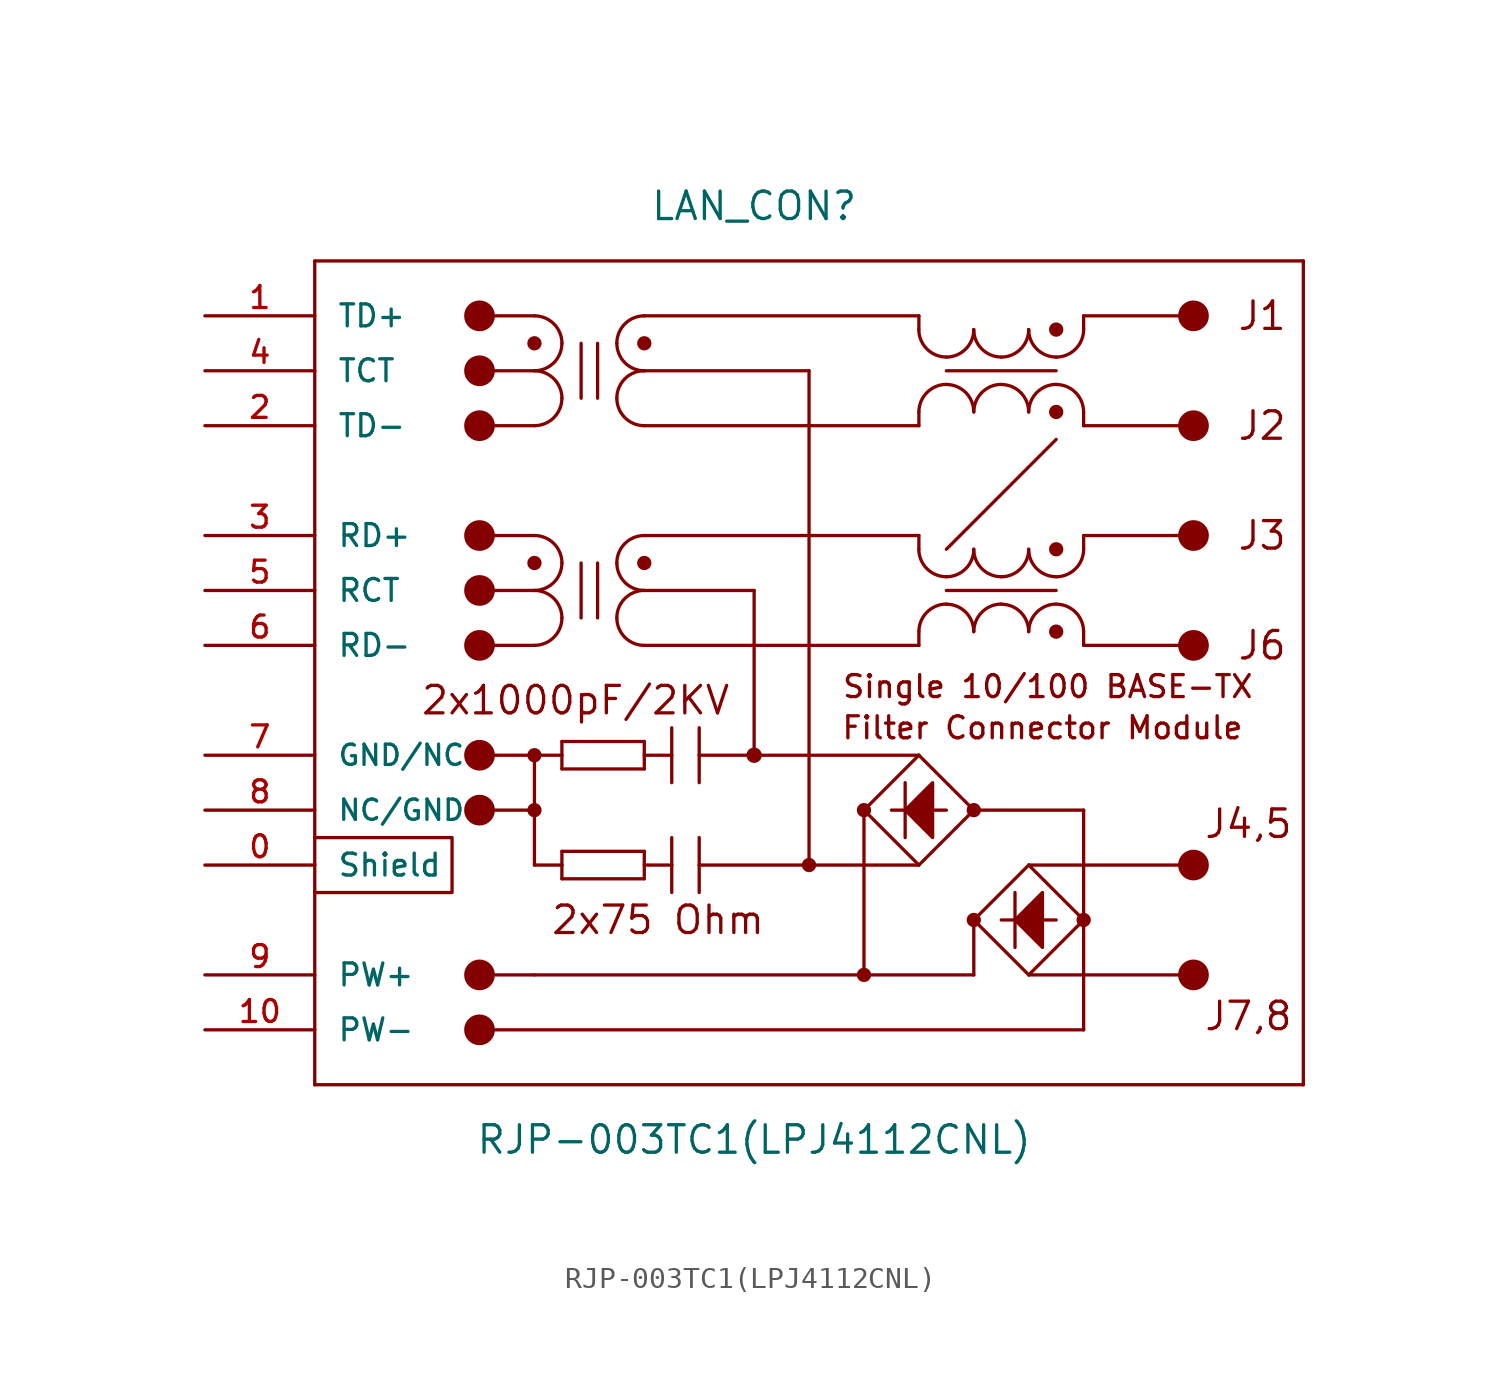
<source format=kicad_sym>
(kicad_symbol_lib
  (version 20211014)
  (generator kicad_symbol_editor)
  (symbol "RJP-003TC1(LPJ4112CNL)"
    (pin_names
      (offset 1.016))
    (property "Reference" "LAN_CON"
      (at 0 22.86 0)
      (effects (font (size 1.27 1.27))))
    (property "Value" "RJP-003TC1(LPJ4112CNL)"
      (at 0 -20.32 0)
      (effects (font (size 1.27 1.27))))
    (symbol "RJP-003TC1(LPJ4112CNL)_0_0"
      (text "Filter Connector Module" (at 13.335 -1.27 0) (effects (font (size 1.016 1.016))))
      (text "Single 10/100 BASE-TX " (at 13.97 0.635 0) (effects (font (size 1.016 1.016)))))
    (symbol "RJP-003TC1(LPJ4112CNL)_0_1"
      (polyline (pts (xy -20.32 -6.35) (xy -13.97 -6.35) (xy -13.97 -8.89) (xy -20.32 -8.89)) (stroke (width 0) (type default) (color 0 0 0 0)) (fill (type none))))
    (symbol "RJP-003TC1(LPJ4112CNL)_1_0"
      (polyline (pts (xy -20.32 -17.78) (xy 25.4 -17.78)) (stroke (width 0) (type default) (color 0 0 0 0)) (fill (type none)))
      (polyline (pts (xy -20.32 20.32) (xy -20.32 -17.78)) (stroke (width 0) (type default) (color 0 0 0 0)) (fill (type none)))
      (polyline (pts (xy -12.7 7.62) (xy -10.16 7.62)) (stroke (width 0) (type default) (color 0 0 0 0)) (fill (type none)))
      (polyline (pts (xy -12.7 17.78) (xy -10.16 17.78)) (stroke (width 0) (type default) (color 0 0 0 0)) (fill (type none)))
      (polyline (pts (xy -10.16 -12.7) (xy -12.7 -12.7)) (stroke (width 0) (type default) (color 0 0 0 0)) (fill (type none)))
      (polyline (pts (xy -10.16 -7.62) (xy -10.16 -2.54)) (stroke (width 0) (type default) (color 0 0 0 0)) (fill (type none)))
      (polyline (pts (xy -10.16 -5.08) (xy -12.7 -5.08)) (stroke (width 0) (type default) (color 0 0 0 0)) (fill (type none)))
      (polyline (pts (xy -10.16 -2.54) (xy -12.7 -2.54)) (stroke (width 0) (type default) (color 0 0 0 0)) (fill (type none)))
      (polyline (pts (xy -10.16 -2.54) (xy -8.89 -2.54)) (stroke (width 0) (type default) (color 0 0 0 0)) (fill (type none)))
      (polyline (pts (xy -10.16 2.54) (xy -12.7 2.54)) (stroke (width 0) (type default) (color 0 0 0 0)) (fill (type none)))
      (polyline (pts (xy -10.16 5.08) (xy -12.7 5.08)) (stroke (width 0) (type default) (color 0 0 0 0)) (fill (type none)))
      (polyline (pts (xy -10.16 12.7) (xy -12.7 12.7)) (stroke (width 0) (type default) (color 0 0 0 0)) (fill (type none)))
      (polyline (pts (xy -10.16 15.24) (xy -12.7 15.24)) (stroke (width 0) (type default) (color 0 0 0 0)) (fill (type none)))
      (polyline (pts (xy -8.89 -8.255) (xy -8.89 -7.62)) (stroke (width 0) (type default) (color 0 0 0 0)) (fill (type none)))
      (polyline (pts (xy -8.89 -7.62) (xy -10.16 -7.62)) (stroke (width 0) (type default) (color 0 0 0 0)) (fill (type none)))
      (polyline (pts (xy -8.89 -7.62) (xy -8.89 -6.985)) (stroke (width 0) (type default) (color 0 0 0 0)) (fill (type none)))
      (polyline (pts (xy -8.89 -6.985) (xy -5.08 -6.985)) (stroke (width 0) (type default) (color 0 0 0 0)) (fill (type none)))
      (polyline (pts (xy -8.89 -3.175) (xy -8.89 -2.54)) (stroke (width 0) (type default) (color 0 0 0 0)) (fill (type none)))
      (polyline (pts (xy -8.89 -2.54) (xy -8.89 -1.905)) (stroke (width 0) (type default) (color 0 0 0 0)) (fill (type none)))
      (polyline (pts (xy -8.89 -1.905) (xy -5.08 -1.905)) (stroke (width 0) (type default) (color 0 0 0 0)) (fill (type none)))
      (polyline (pts (xy -8.001 6.35) (xy -8.001 3.81)) (stroke (width 0) (type default) (color 0 0 0 0)) (fill (type none)))
      (polyline (pts (xy -8.001 16.51) (xy -8.001 13.97)) (stroke (width 0) (type default) (color 0 0 0 0)) (fill (type none)))
      (polyline (pts (xy -7.239 6.35) (xy -7.239 3.81)) (stroke (width 0) (type default) (color 0 0 0 0)) (fill (type none)))
      (polyline (pts (xy -7.239 16.51) (xy -7.239 13.97)) (stroke (width 0) (type default) (color 0 0 0 0)) (fill (type none)))
      (polyline (pts (xy -5.08 -8.255) (xy -8.89 -8.255)) (stroke (width 0) (type default) (color 0 0 0 0)) (fill (type none)))
      (polyline (pts (xy -5.08 -6.985) (xy -5.08 -8.255)) (stroke (width 0) (type default) (color 0 0 0 0)) (fill (type none)))
      (polyline (pts (xy -5.08 -3.175) (xy -8.89 -3.175)) (stroke (width 0) (type default) (color 0 0 0 0)) (fill (type none)))
      (polyline (pts (xy -5.08 -1.905) (xy -5.08 -3.175)) (stroke (width 0) (type default) (color 0 0 0 0)) (fill (type none)))
      (polyline (pts (xy -5.08 5.08) (xy 0 5.08)) (stroke (width 0) (type default) (color 0 0 0 0)) (fill (type none)))
      (polyline (pts (xy -5.08 15.24) (xy 2.54 15.24)) (stroke (width 0) (type default) (color 0 0 0 0)) (fill (type none)))
      (polyline (pts (xy -3.81 -7.62) (xy -5.08 -7.62)) (stroke (width 0) (type default) (color 0 0 0 0)) (fill (type none)))
      (polyline (pts (xy -3.81 -7.62) (xy -3.81 -8.89)) (stroke (width 0) (type default) (color 0 0 0 0)) (fill (type none)))
      (polyline (pts (xy -3.81 -6.35) (xy -3.81 -7.62)) (stroke (width 0) (type default) (color 0 0 0 0)) (fill (type none)))
      (polyline (pts (xy -3.81 -2.54) (xy -5.08 -2.54)) (stroke (width 0) (type default) (color 0 0 0 0)) (fill (type none)))
      (polyline (pts (xy -3.81 -2.54) (xy -3.81 -3.81)) (stroke (width 0) (type default) (color 0 0 0 0)) (fill (type none)))
      (polyline (pts (xy -3.81 -1.27) (xy -3.81 -2.54)) (stroke (width 0) (type default) (color 0 0 0 0)) (fill (type none)))
      (polyline (pts (xy -2.54 -7.62) (xy -2.54 -8.89)) (stroke (width 0) (type default) (color 0 0 0 0)) (fill (type none)))
      (polyline (pts (xy -2.54 -7.62) (xy 2.54 -7.62)) (stroke (width 0) (type default) (color 0 0 0 0)) (fill (type none)))
      (polyline (pts (xy -2.54 -6.35) (xy -2.54 -7.62)) (stroke (width 0) (type default) (color 0 0 0 0)) (fill (type none)))
      (polyline (pts (xy -2.54 -2.54) (xy -2.54 -3.81)) (stroke (width 0) (type default) (color 0 0 0 0)) (fill (type none)))
      (polyline (pts (xy -2.54 -2.54) (xy 0 -2.54)) (stroke (width 0) (type default) (color 0 0 0 0)) (fill (type none)))
      (polyline (pts (xy -2.54 -1.27) (xy -2.54 -2.54)) (stroke (width 0) (type default) (color 0 0 0 0)) (fill (type none)))
      (polyline (pts (xy 0 -2.54) (xy 7.62 -2.54)) (stroke (width 0) (type default) (color 0 0 0 0)) (fill (type none)))
      (polyline (pts (xy 0 5.08) (xy 0 -2.54)) (stroke (width 0) (type default) (color 0 0 0 0)) (fill (type none)))
      (polyline (pts (xy 2.54 -7.62) (xy 7.62 -7.62)) (stroke (width 0) (type default) (color 0 0 0 0)) (fill (type none)))
      (polyline (pts (xy 2.54 15.24) (xy 2.54 -7.62)) (stroke (width 0) (type default) (color 0 0 0 0)) (fill (type none)))
      (polyline (pts (xy 5.08 -12.7) (xy -10.16 -12.7)) (stroke (width 0) (type default) (color 0 0 0 0)) (fill (type none)))
      (polyline (pts (xy 5.08 -5.08) (xy 5.08 -12.7)) (stroke (width 0) (type default) (color 0 0 0 0)) (fill (type none)))
      (polyline (pts (xy 6.985 -3.81) (xy 6.985 -6.35)) (stroke (width 0) (type default) (color 0 0 0 0)) (fill (type none)))
      (polyline (pts (xy 7.62 -7.62) (xy 5.08 -5.08)) (stroke (width 0) (type default) (color 0 0 0 0)) (fill (type none)))
      (polyline (pts (xy 7.62 -2.54) (xy 5.08 -5.08)) (stroke (width 0) (type default) (color 0 0 0 0)) (fill (type none)))
      (polyline (pts (xy 7.62 -2.54) (xy 10.16 -5.08)) (stroke (width 0) (type default) (color 0 0 0 0)) (fill (type none)))
      (polyline (pts (xy 7.62 2.54) (xy -5.08 2.54)) (stroke (width 0) (type default) (color 0 0 0 0)) (fill (type none)))
      (polyline (pts (xy 7.62 3.175) (xy 7.62 2.54)) (stroke (width 0) (type default) (color 0 0 0 0)) (fill (type none)))
      (polyline (pts (xy 7.62 6.985) (xy 7.62 7.62)) (stroke (width 0) (type default) (color 0 0 0 0)) (fill (type none)))
      (polyline (pts (xy 7.62 7.62) (xy -5.08 7.62)) (stroke (width 0) (type default) (color 0 0 0 0)) (fill (type none)))
      (polyline (pts (xy 7.62 12.7) (xy -5.08 12.7)) (stroke (width 0) (type default) (color 0 0 0 0)) (fill (type none)))
      (polyline (pts (xy 7.62 13.335) (xy 7.62 12.7)) (stroke (width 0) (type default) (color 0 0 0 0)) (fill (type none)))
      (polyline (pts (xy 7.62 17.145) (xy 7.62 17.78)) (stroke (width 0) (type default) (color 0 0 0 0)) (fill (type none)))
      (polyline (pts (xy 7.62 17.78) (xy -5.08 17.78)) (stroke (width 0) (type default) (color 0 0 0 0)) (fill (type none)))
      (polyline (pts (xy 8.89 -5.08) (xy 6.35 -5.08)) (stroke (width 0) (type default) (color 0 0 0 0)) (fill (type none)))
      (polyline (pts (xy 10.16 -12.7) (xy 5.08 -12.7)) (stroke (width 0) (type default) (color 0 0 0 0)) (fill (type none)))
      (polyline (pts (xy 10.16 -10.16) (xy 10.16 -12.7)) (stroke (width 0) (type default) (color 0 0 0 0)) (fill (type none)))
      (polyline (pts (xy 10.16 -10.16) (xy 12.7 -12.7)) (stroke (width 0) (type default) (color 0 0 0 0)) (fill (type none)))
      (polyline (pts (xy 10.16 -5.08) (xy 7.62 -7.62)) (stroke (width 0) (type default) (color 0 0 0 0)) (fill (type none)))
      (polyline (pts (xy 10.16 -5.08) (xy 15.24 -5.08)) (stroke (width 0) (type default) (color 0 0 0 0)) (fill (type none)))
      (polyline (pts (xy 12.065 -10.16) (xy 11.43 -10.16)) (stroke (width 0) (type default) (color 0 0 0 0)) (fill (type none)))
      (polyline (pts (xy 12.065 -10.16) (xy 12.065 -11.43)) (stroke (width 0) (type default) (color 0 0 0 0)) (fill (type none)))
      (polyline (pts (xy 12.065 -8.89) (xy 12.065 -10.16)) (stroke (width 0) (type default) (color 0 0 0 0)) (fill (type none)))
      (polyline (pts (xy 12.7 -12.7) (xy 15.24 -10.16)) (stroke (width 0) (type default) (color 0 0 0 0)) (fill (type none)))
      (polyline (pts (xy 12.7 -12.7) (xy 20.32 -12.7)) (stroke (width 0) (type default) (color 0 0 0 0)) (fill (type none)))
      (polyline (pts (xy 12.7 -7.62) (xy 10.16 -10.16)) (stroke (width 0) (type default) (color 0 0 0 0)) (fill (type none)))
      (polyline (pts (xy 12.7 -7.62) (xy 20.32 -7.62)) (stroke (width 0) (type default) (color 0 0 0 0)) (fill (type none)))
      (polyline (pts (xy 13.97 -10.16) (xy 12.065 -10.16)) (stroke (width 0) (type default) (color 0 0 0 0)) (fill (type none)))
      (polyline (pts (xy 13.97 5.08) (xy 8.89 5.08)) (stroke (width 0) (type default) (color 0 0 0 0)) (fill (type none)))
      (polyline (pts (xy 13.97 12.065) (xy 8.89 6.985)) (stroke (width 0) (type default) (color 0 0 0 0)) (fill (type none)))
      (polyline (pts (xy 13.97 15.24) (xy 8.89 15.24)) (stroke (width 0) (type default) (color 0 0 0 0)) (fill (type none)))
      (polyline (pts (xy 15.24 -15.24) (xy -12.7 -15.24)) (stroke (width 0) (type default) (color 0 0 0 0)) (fill (type none)))
      (polyline (pts (xy 15.24 -10.16) (xy 12.7 -7.62)) (stroke (width 0) (type default) (color 0 0 0 0)) (fill (type none)))
      (polyline (pts (xy 15.24 -10.16) (xy 15.24 -15.24)) (stroke (width 0) (type default) (color 0 0 0 0)) (fill (type none)))
      (polyline (pts (xy 15.24 -5.08) (xy 15.24 -10.16)) (stroke (width 0) (type default) (color 0 0 0 0)) (fill (type none)))
      (polyline (pts (xy 15.24 2.54) (xy 15.24 3.175)) (stroke (width 0) (type default) (color 0 0 0 0)) (fill (type none)))
      (polyline (pts (xy 15.24 2.54) (xy 20.32 2.54)) (stroke (width 0) (type default) (color 0 0 0 0)) (fill (type none)))
      (polyline (pts (xy 15.24 7.62) (xy 15.24 6.985)) (stroke (width 0) (type default) (color 0 0 0 0)) (fill (type none)))
      (polyline (pts (xy 15.24 7.62) (xy 20.32 7.62)) (stroke (width 0) (type default) (color 0 0 0 0)) (fill (type none)))
      (polyline (pts (xy 15.24 12.7) (xy 15.24 13.335)) (stroke (width 0) (type default) (color 0 0 0 0)) (fill (type none)))
      (polyline (pts (xy 15.24 12.7) (xy 20.32 12.7)) (stroke (width 0) (type default) (color 0 0 0 0)) (fill (type none)))
      (polyline (pts (xy 15.24 17.78) (xy 15.24 17.145)) (stroke (width 0) (type default) (color 0 0 0 0)) (fill (type none)))
      (polyline (pts (xy 15.24 17.78) (xy 20.32 17.78)) (stroke (width 0) (type default) (color 0 0 0 0)) (fill (type none)))
      (polyline (pts (xy 25.4 -17.78) (xy 25.4 20.32)) (stroke (width 0) (type default) (color 0 0 0 0)) (fill (type none)))
      (polyline (pts (xy 25.4 20.32) (xy -20.32 20.32)) (stroke (width 0) (type default) (color 0 0 0 0)) (fill (type none)))
      (text "2x1000pF/2KV" (at -8.255 0 0) (effects (font (size 1.27 1.27))))
      (text "2x75 Ohm" (at -4.445 -10.16 0) (effects (font (size 1.27 1.27))))
      (text "J1" (at 23.495 17.78 0) (effects (font (size 1.27 1.27))))
      (text "J2" (at 23.495 12.7 0) (effects (font (size 1.27 1.27))))
      (text "J3" (at 23.495 7.62 0) (effects (font (size 1.27 1.27))))
      (text "J4,5" (at 22.86 -5.715 0) (effects (font (size 1.27 1.27))))
      (text "J6" (at 23.495 2.54 0) (effects (font (size 1.27 1.27))))
      (text "J7,8" (at 22.86 -14.605 0) (effects (font (size 1.27 1.27)))))
    (symbol "RJP-003TC1(LPJ4112CNL)_1_1"
      (circle (center -12.7 -15.24) (radius 0.635) (stroke (width 0) (type default) (color 0 0 0 0)) (fill (type outline)))
      (circle (center -12.7 -12.7) (radius 0.635) (stroke (width 0) (type default) (color 0 0 0 0)) (fill (type outline)))
      (circle (center -12.7 -5.08) (radius 0.635) (stroke (width 0) (type default) (color 0 0 0 0)) (fill (type outline)))
      (circle (center -12.7 -2.54) (radius 0.635) (stroke (width 0) (type default) (color 0 0 0 0)) (fill (type outline)))
      (circle (center -12.7 2.54) (radius 0.635) (stroke (width 0) (type default) (color 0 0 0 0)) (fill (type outline)))
      (circle (center -12.7 5.08) (radius 0.635) (stroke (width 0) (type default) (color 0 0 0 0)) (fill (type outline)))
      (circle (center -12.7 7.62) (radius 0.635) (stroke (width 0) (type default) (color 0 0 0 0)) (fill (type outline)))
      (circle (center -12.7 12.7) (radius 0.635) (stroke (width 0) (type default) (color 0 0 0 0)) (fill (type outline)))
      (circle (center -12.7 15.24) (radius 0.635) (stroke (width 0) (type default) (color 0 0 0 0)) (fill (type outline)))
      (circle (center -12.7 17.78) (radius 0.635) (stroke (width 0) (type default) (color 0 0 0 0)) (fill (type outline)))
      (circle (center -10.16 -5.08) (radius 0.254) (stroke (width 0) (type default) (color 0 0 0 0)) (fill (type outline)))
      (circle (center -10.16 -2.54) (radius 0.254) (stroke (width 0) (type default) (color 0 0 0 0)) (fill (type outline)))
      (arc (start -10.16 2.54) (mid -9.262 2.912) (end -8.89 3.81) (stroke (width 0) (type default) (color 0 0 0 0)) (fill (type none)))
      (arc (start -10.16 5.08) (mid -9.262 5.452) (end -8.89 6.35) (stroke (width 0) (type default) (color 0 0 0 0)) (fill (type none)))
      (circle (center -10.16 6.35) (radius 0.254) (stroke (width 0) (type default) (color 0 0 0 0)) (fill (type outline)))
      (arc (start -10.16 12.7) (mid -9.262 13.072) (end -8.89 13.97) (stroke (width 0) (type default) (color 0 0 0 0)) (fill (type none)))
      (arc (start -10.16 15.24) (mid -9.262 15.612) (end -8.89 16.51) (stroke (width 0) (type default) (color 0 0 0 0)) (fill (type none)))
      (circle (center -10.16 16.51) (radius 0.254) (stroke (width 0) (type default) (color 0 0 0 0)) (fill (type outline)))
      (arc (start -8.89 3.81) (mid -9.262 4.708) (end -10.16 5.08) (stroke (width 0) (type default) (color 0 0 0 0)) (fill (type none)))
      (arc (start -8.89 6.35) (mid -9.262 7.248) (end -10.16 7.62) (stroke (width 0) (type default) (color 0 0 0 0)) (fill (type none)))
      (arc (start -8.89 13.97) (mid -9.262 14.868) (end -10.16 15.24) (stroke (width 0) (type default) (color 0 0 0 0)) (fill (type none)))
      (arc (start -8.89 16.51) (mid -9.262 17.408) (end -10.16 17.78) (stroke (width 0) (type default) (color 0 0 0 0)) (fill (type none)))
      (arc (start -6.35 3.81) (mid -5.978 2.912) (end -5.08 2.54) (stroke (width 0) (type default) (color 0 0 0 0)) (fill (type none)))
      (arc (start -6.35 6.35) (mid -5.978 5.452) (end -5.08 5.08) (stroke (width 0) (type default) (color 0 0 0 0)) (fill (type none)))
      (arc (start -6.35 13.97) (mid -5.978 13.072) (end -5.08 12.7) (stroke (width 0) (type default) (color 0 0 0 0)) (fill (type none)))
      (arc (start -6.35 16.51) (mid -5.978 15.612) (end -5.08 15.24) (stroke (width 0) (type default) (color 0 0 0 0)) (fill (type none)))
      (arc (start -5.08 5.08) (mid -5.978 4.708) (end -6.35 3.81) (stroke (width 0) (type default) (color 0 0 0 0)) (fill (type none)))
      (circle (center -5.08 6.35) (radius 0.254) (stroke (width 0) (type default) (color 0 0 0 0)) (fill (type outline)))
      (arc (start -5.08 7.62) (mid -5.978 7.248) (end -6.35 6.35) (stroke (width 0) (type default) (color 0 0 0 0)) (fill (type none)))
      (arc (start -5.08 15.24) (mid -5.978 14.868) (end -6.35 13.97) (stroke (width 0) (type default) (color 0 0 0 0)) (fill (type none)))
      (circle (center -5.08 16.51) (radius 0.254) (stroke (width 0) (type default) (color 0 0 0 0)) (fill (type outline)))
      (arc (start -5.08 17.78) (mid -5.978 17.408) (end -6.35 16.51) (stroke (width 0) (type default) (color 0 0 0 0)) (fill (type none)))
      (circle (center 0 -2.54) (radius 0.279) (stroke (width 0) (type default) (color 0 0 0 0)) (fill (type outline)))
      (polyline (pts (xy 6.985 -5.08) (xy 8.255 -3.81) (xy 8.255 -3.81) (xy 8.255 -6.35) (xy 8.255 -6.35) (xy 6.985 -5.08)) (stroke (width 0) (type default) (color 0 0 0 0)) (fill (type outline)))
      (polyline (pts (xy 12.065 -10.16) (xy 13.335 -8.89) (xy 13.335 -8.89) (xy 13.335 -11.43) (xy 13.335 -11.43) (xy 12.065 -10.16)) (stroke (width 0) (type default) (color 0 0 0 0)) (fill (type outline)))
      (circle (center 2.54 -7.62) (radius 0.254) (stroke (width 0) (type default) (color 0 0 0 0)) (fill (type outline)))
      (circle (center 5.08 -12.7) (radius 0.254) (stroke (width 0) (type default) (color 0 0 0 0)) (fill (type outline)))
      (circle (center 5.08 -5.08) (radius 0.254) (stroke (width 0) (type default) (color 0 0 0 0)) (fill (type outline)))
      (arc (start 7.62 6.985) (mid 7.992 6.087) (end 8.89 5.715) (stroke (width 0) (type default) (color 0 0 0 0)) (fill (type none)))
      (arc (start 7.62 17.145) (mid 7.992 16.247) (end 8.89 15.875) (stroke (width 0) (type default) (color 0 0 0 0)) (fill (type none)))
      (arc (start 8.89 4.445) (mid 7.992 4.073) (end 7.62 3.175) (stroke (width 0) (type default) (color 0 0 0 0)) (fill (type none)))
      (arc (start 8.89 5.715) (mid 9.788 6.087) (end 10.16 6.985) (stroke (width 0) (type default) (color 0 0 0 0)) (fill (type none)))
      (arc (start 8.89 14.605) (mid 7.992 14.233) (end 7.62 13.335) (stroke (width 0) (type default) (color 0 0 0 0)) (fill (type none)))
      (arc (start 8.89 15.875) (mid 9.788 16.247) (end 10.16 17.145) (stroke (width 0) (type default) (color 0 0 0 0)) (fill (type none)))
      (circle (center 10.16 -10.16) (radius 0.254) (stroke (width 0) (type default) (color 0 0 0 0)) (fill (type outline)))
      (circle (center 10.16 -5.08) (radius 0.254) (stroke (width 0) (type default) (color 0 0 0 0)) (fill (type outline)))
      (arc (start 10.16 3.175) (mid 9.788 4.073) (end 8.89 4.445) (stroke (width 0) (type default) (color 0 0 0 0)) (fill (type none)))
      (arc (start 10.16 6.985) (mid 10.532 6.087) (end 11.43 5.715) (stroke (width 0) (type default) (color 0 0 0 0)) (fill (type none)))
      (arc (start 10.16 13.335) (mid 9.788 14.233) (end 8.89 14.605) (stroke (width 0) (type default) (color 0 0 0 0)) (fill (type none)))
      (arc (start 10.16 17.145) (mid 10.532 16.247) (end 11.43 15.875) (stroke (width 0) (type default) (color 0 0 0 0)) (fill (type none)))
      (arc (start 11.43 4.445) (mid 10.532 4.073) (end 10.16 3.175) (stroke (width 0) (type default) (color 0 0 0 0)) (fill (type none)))
      (arc (start 11.43 5.715) (mid 12.328 6.087) (end 12.7 6.985) (stroke (width 0) (type default) (color 0 0 0 0)) (fill (type none)))
      (arc (start 11.43 14.605) (mid 10.532 14.233) (end 10.16 13.335) (stroke (width 0) (type default) (color 0 0 0 0)) (fill (type none)))
      (arc (start 11.43 15.875) (mid 12.328 16.247) (end 12.7 17.145) (stroke (width 0) (type default) (color 0 0 0 0)) (fill (type none)))
      (arc (start 12.7 3.175) (mid 12.328 4.073) (end 11.43 4.445) (stroke (width 0) (type default) (color 0 0 0 0)) (fill (type none)))
      (arc (start 12.7 6.985) (mid 13.072 6.087) (end 13.97 5.715) (stroke (width 0) (type default) (color 0 0 0 0)) (fill (type none)))
      (arc (start 12.7 13.335) (mid 12.328 14.233) (end 11.43 14.605) (stroke (width 0) (type default) (color 0 0 0 0)) (fill (type none)))
      (arc (start 12.7 17.145) (mid 13.072 16.247) (end 13.97 15.875) (stroke (width 0) (type default) (color 0 0 0 0)) (fill (type none)))
      (circle (center 13.97 3.175) (radius 0.254) (stroke (width 0) (type default) (color 0 0 0 0)) (fill (type outline)))
      (arc (start 13.97 4.445) (mid 13.072 4.073) (end 12.7 3.175) (stroke (width 0) (type default) (color 0 0 0 0)) (fill (type none)))
      (arc (start 13.97 5.715) (mid 14.868 6.087) (end 15.24 6.985) (stroke (width 0) (type default) (color 0 0 0 0)) (fill (type none)))
      (circle (center 13.97 6.985) (radius 0.254) (stroke (width 0) (type default) (color 0 0 0 0)) (fill (type outline)))
      (circle (center 13.97 13.335) (radius 0.254) (stroke (width 0) (type default) (color 0 0 0 0)) (fill (type outline)))
      (arc (start 13.97 14.605) (mid 13.072 14.233) (end 12.7 13.335) (stroke (width 0) (type default) (color 0 0 0 0)) (fill (type none)))
      (arc (start 13.97 15.875) (mid 14.868 16.247) (end 15.24 17.145) (stroke (width 0) (type default) (color 0 0 0 0)) (fill (type none)))
      (circle (center 13.97 17.145) (radius 0.254) (stroke (width 0) (type default) (color 0 0 0 0)) (fill (type outline)))
      (circle (center 15.24 -10.16) (radius 0.254) (stroke (width 0) (type default) (color 0 0 0 0)) (fill (type outline)))
      (arc (start 15.24 3.175) (mid 14.868 4.073) (end 13.97 4.445) (stroke (width 0) (type default) (color 0 0 0 0)) (fill (type none)))
      (arc (start 15.24 13.335) (mid 14.868 14.233) (end 13.97 14.605) (stroke (width 0) (type default) (color 0 0 0 0)) (fill (type none)))
      (circle (center 20.32 -12.7) (radius 0.635) (stroke (width 0) (type default) (color 0 0 0 0)) (fill (type outline)))
      (circle (center 20.32 -7.62) (radius 0.635) (stroke (width 0) (type default) (color 0 0 0 0)) (fill (type outline)))
      (circle (center 20.32 2.54) (radius 0.635) (stroke (width 0) (type default) (color 0 0 0 0)) (fill (type outline)))
      (circle (center 20.32 7.62) (radius 0.635) (stroke (width 0) (type default) (color 0 0 0 0)) (fill (type outline)))
      (circle (center 20.32 12.7) (radius 0.635) (stroke (width 0) (type default) (color 0 0 0 0)) (fill (type outline)))
      (circle (center 20.32 17.78) (radius 0.635) (stroke (width 0) (type default) (color 0 0 0 0)) (fill (type outline)))
      (pin passive line (at -25.4 -7.62 0) (length 5.08) (name "Shield" (effects (font (size 1.016 1.016)))) (number "0" (effects (font (size 1.016 1.016)))))
      (pin bidirectional line (at -25.4 17.78 0) (length 5.08) (name "TD+" (effects (font (size 1.016 1.016)))) (number "1" (effects (font (size 1.016 1.016)))))
      (pin power_out line (at -25.4 -15.24 0) (length 5.08) (name "PW-" (effects (font (size 1.016 1.016)))) (number "10" (effects (font (size 1.016 1.016)))))
      (pin bidirectional line (at -25.4 12.7 0) (length 5.08) (name "TD-" (effects (font (size 1.016 1.016)))) (number "2" (effects (font (size 1.016 1.016)))))
      (pin bidirectional line (at -25.4 7.62 0) (length 5.08) (name "RD+" (effects (font (size 1.016 1.016)))) (number "3" (effects (font (size 1.016 1.016)))))
      (pin input line (at -25.4 15.24 0) (length 5.08) (name "TCT" (effects (font (size 1.016 1.016)))) (number "4" (effects (font (size 1.016 1.016)))))
      (pin input line (at -25.4 5.08 0) (length 5.08) (name "RCT" (effects (font (size 1.016 1.016)))) (number "5" (effects (font (size 1.016 1.016)))))
      (pin bidirectional line (at -25.4 2.54 0) (length 5.08) (name "RD-" (effects (font (size 1.016 1.016)))) (number "6" (effects (font (size 1.016 1.016)))))
      (pin power_in line (at -25.4 -2.54 0) (length 5.08) (name "GND/NC" (effects (font (size 0.94 0.94)))) (number "7" (effects (font (size 1.016 1.016)))))
      (pin power_in line (at -25.4 -5.08 0) (length 5.08) (name "NC/GND" (effects (font (size 0.94 0.94)))) (number "8" (effects (font (size 1.016 1.016)))))
      (pin power_out line (at -25.4 -12.7 0) (length 5.08) (name "PW+" (effects (font (size 1.016 1.016)))) (number "9" (effects (font (size 1.016 1.016))))))))
</source>
